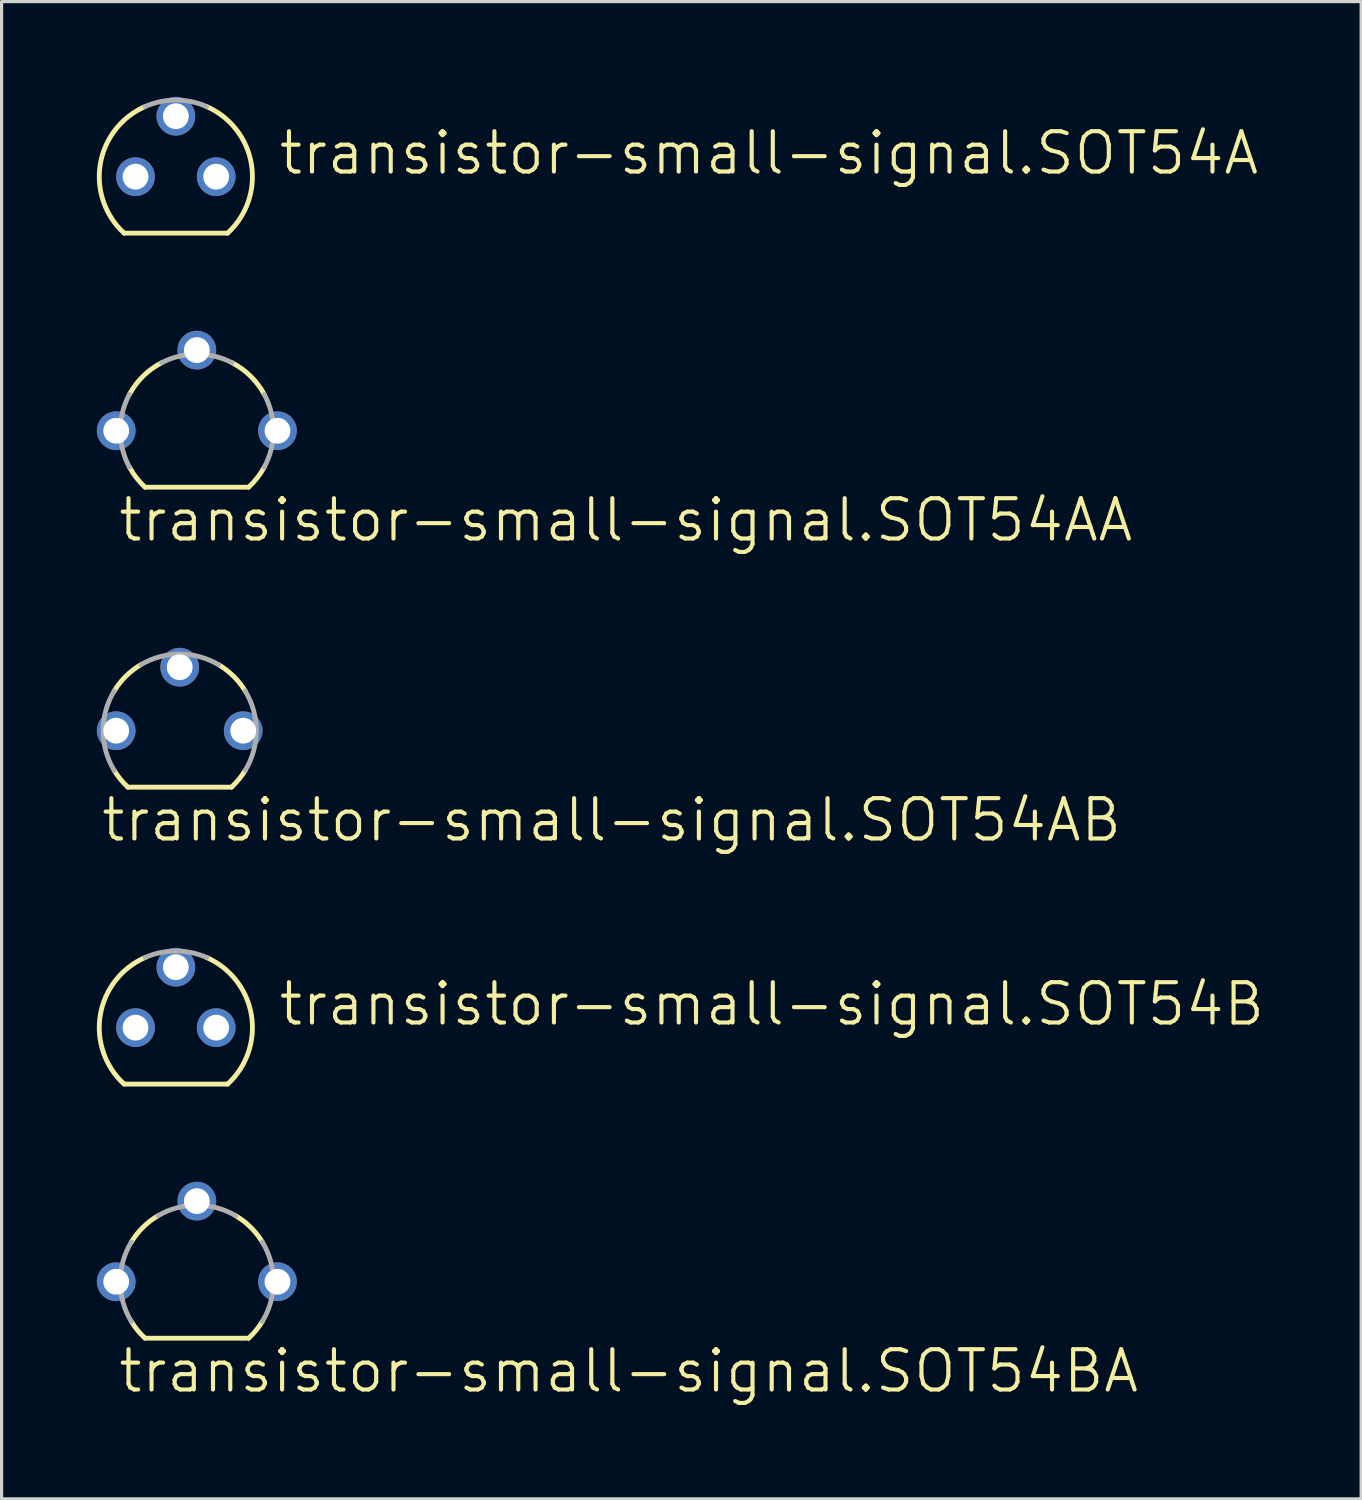
<source format=kicad_pcb>
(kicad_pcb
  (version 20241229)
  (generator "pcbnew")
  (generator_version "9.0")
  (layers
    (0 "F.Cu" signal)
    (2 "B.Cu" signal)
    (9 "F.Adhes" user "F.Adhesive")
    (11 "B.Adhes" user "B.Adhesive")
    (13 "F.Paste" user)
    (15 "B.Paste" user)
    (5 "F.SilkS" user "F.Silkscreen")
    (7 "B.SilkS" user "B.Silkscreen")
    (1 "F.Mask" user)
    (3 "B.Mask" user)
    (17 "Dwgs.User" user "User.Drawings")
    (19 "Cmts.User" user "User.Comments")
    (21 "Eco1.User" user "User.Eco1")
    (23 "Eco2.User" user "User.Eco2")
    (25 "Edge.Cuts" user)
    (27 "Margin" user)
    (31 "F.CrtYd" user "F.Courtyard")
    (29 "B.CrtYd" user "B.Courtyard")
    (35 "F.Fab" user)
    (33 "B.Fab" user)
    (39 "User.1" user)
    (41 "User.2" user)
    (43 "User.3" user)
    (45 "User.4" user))
  (footprint "transistor-small-signal.SOT54AB"
    (layer "F.Cu")
    (at 2.61 19.966)
    (property "Reference" "transistor-small-signal.SOT54AB" (at -2.54 3.556 0) (layer "F.SilkS") (effects (font (size 1.27 1.27) (thickness 0.13)) (justify left bottom)))
    (attr through_hole)
    (fp_line (start -1.631 1.778) (end 1.631 1.778) (stroke (width 0.152) (type default)) (layer "F.SilkS"))
    (fp_arc (start -2.0638 -1.2504) (mid -1.695865 -1.716597) (end -1.2252 -2.0788) (stroke (width 0.1524) (type default)) (layer "F.SilkS"))
    (fp_arc (start -1.6313 1.7781) (mid -1.866295 1.529613) (end -2.0638 1.2504) (stroke (width 0.1524) (type default)) (layer "F.SilkS"))
    (fp_arc (start 1.2252 -2.0788) (mid 1.695865 -1.716597) (end 2.0638 -1.2504) (stroke (width 0.1524) (type default)) (layer "F.SilkS"))
    (fp_arc (start 2.0634 1.2504) (mid 1.865939 1.529557) (end 1.631 1.778) (stroke (width 0.1524) (type default)) (layer "F.SilkS"))
    (fp_arc (start -2.0638 1.2504) (mid -2.413042 0) (end -2.0638 -1.2504) (stroke (width 0.1524) (type default)) (layer "F.Fab"))
    (fp_arc (start -1.2252 -2.0788) (mid 0 -2.412991) (end 1.2252 -2.0788) (stroke (width 0.1524) (type default)) (layer "F.Fab"))
    (fp_arc (start 2.0638 -1.2504) (mid 2.413042 0) (end 2.0638 1.2504) (stroke (width 0.1524) (type default)) (layer "F.Fab"))
    (pad "B" thru_hole circle (at 0 -2) (size 1.219 1.219) (drill 0.813) (layers "*.Cu" "*.Mask"))
    (pad "C" thru_hole circle (at -2 0) (size 1.219 1.219) (drill 0.813) (layers "*.Cu" "*.Mask"))
    (pad "E" thru_hole circle (at 2 0) (size 1.219 1.219) (drill 0.813) (layers "*.Cu" "*.Mask")))
  (footprint "transistor-small-signal.SOT54AA"
    (layer "F.Cu")
    (at 3.15 10.518)
    (property "Reference" "transistor-small-signal.SOT54AA" (at -2.54 3.556 0) (layer "F.SilkS") (effects (font (size 1.27 1.27) (thickness 0.13)) (justify left bottom)))
    (attr through_hole)
    (fp_line (start -1.631 1.778) (end 1.631 1.778) (stroke (width 0.152) (type default)) (layer "F.SilkS"))
    (fp_arc (start -2.1254 -1.1425) (mid -1.693417 -1.719006) (end -1.1105 -2.1423) (stroke (width 0.1524) (type default)) (layer "F.SilkS"))
    (fp_arc (start -1.631 1.778) (mid -1.904736 1.480999) (end -2.1251 1.1425) (stroke (width 0.1524) (type default)) (layer "F.SilkS"))
    (fp_arc (start 1.1105 -2.1423) (mid 1.693417 -1.719006) (end 2.1254 -1.1425) (stroke (width 0.1524) (type default)) (layer "F.SilkS"))
    (fp_arc (start 2.1251 1.1425) (mid 1.904736 1.480999) (end 1.631 1.778) (stroke (width 0.1524) (type default)) (layer "F.SilkS"))
    (fp_arc (start -2.1254 1.1425) (mid -2.413013 0) (end -2.1254 -1.1425) (stroke (width 0.1524) (type default)) (layer "F.Fab"))
    (fp_arc (start -1.1105 -2.1423) (mid 0 -2.413019) (end 1.1105 -2.1423) (stroke (width 0.1524) (type default)) (layer "F.Fab"))
    (fp_arc (start 2.1254 -1.1425) (mid 2.413013 0) (end 2.1254 1.1425) (stroke (width 0.1524) (type default)) (layer "F.Fab"))
    (pad "B" thru_hole circle (at 0 -2.54) (size 1.219 1.219) (drill 0.813) (layers "*.Cu" "*.Mask"))
    (pad "C" thru_hole circle (at -2.54 0) (size 1.219 1.219) (drill 0.813) (layers "*.Cu" "*.Mask"))
    (pad "E" thru_hole circle (at 2.54 0) (size 1.219 1.219) (drill 0.813) (layers "*.Cu" "*.Mask")))
  (footprint "transistor-small-signal.SOT54B"
    (layer "F.Cu")
    (at 2.489 29.319)
    (property "Reference" "transistor-small-signal.SOT54B" (at 3.175 0 0) (layer "F.SilkS") (effects (font (size 1.27 1.27) (thickness 0.13)) (justify left bottom)))
    (attr through_hole)
    (fp_line (start -1.631 1.778) (end 1.631 1.778) (stroke (width 0.152) (type default)) (layer "F.SilkS"))
    (fp_arc (start -1.631 1.778) (mid -2.380095 -0.395238) (end -0.9689 -2.2098) (stroke (width 0.1524) (type default)) (layer "F.SilkS"))
    (fp_arc (start 0.9689 -2.2098) (mid 2.380095 -0.395238) (end 1.631 1.778) (stroke (width 0.1524) (type default)) (layer "F.SilkS"))
    (fp_arc (start -0.9692 -2.2098) (mid 0 -2.412999) (end 0.9692 -2.2098) (stroke (width 0.1524) (type default)) (layer "F.Fab"))
    (pad "B" thru_hole circle (at 1.27 0) (size 1.219 1.219) (drill 0.813) (layers "*.Cu" "*.Mask"))
    (pad "C" thru_hole circle (at -1.27 0) (size 1.219 1.219) (drill 0.813) (layers "*.Cu" "*.Mask"))
    (pad "E" thru_hole circle (at 0 -1.905) (size 1.219 1.219) (drill 0.813) (layers "*.Cu" "*.Mask")))
  (footprint "transistor-small-signal.SOT54BA"
    (layer "F.Cu")
    (at 3.15 37.323)
    (property "Reference" "transistor-small-signal.SOT54BA" (at -2.54 3.556 0) (layer "F.SilkS") (effects (font (size 1.27 1.27) (thickness 0.13)) (justify left bottom)))
    (attr through_hole)
    (fp_line (start -1.631 1.778) (end 1.631 1.778) (stroke (width 0.152) (type default)) (layer "F.SilkS"))
    (fp_arc (start -2.0638 -1.2504) (mid -1.695865 -1.716597) (end -1.2252 -2.0788) (stroke (width 0.1524) (type default)) (layer "F.SilkS"))
    (fp_arc (start -1.6313 1.7781) (mid -1.866295 1.529613) (end -2.0638 1.2504) (stroke (width 0.1524) (type default)) (layer "F.SilkS"))
    (fp_arc (start 1.2252 -2.0788) (mid 1.695865 -1.716597) (end 2.0638 -1.2504) (stroke (width 0.1524) (type default)) (layer "F.SilkS"))
    (fp_arc (start 2.0634 1.2504) (mid 1.865939 1.529557) (end 1.631 1.778) (stroke (width 0.1524) (type default)) (layer "F.SilkS"))
    (fp_arc (start -2.0638 1.2504) (mid -2.413042 0) (end -2.0638 -1.2504) (stroke (width 0.1524) (type default)) (layer "F.Fab"))
    (fp_arc (start -1.2252 -2.0788) (mid 0 -2.412991) (end 1.2252 -2.0788) (stroke (width 0.1524) (type default)) (layer "F.Fab"))
    (fp_arc (start 2.0638 -1.2504) (mid 2.413042 0) (end 2.0638 1.2504) (stroke (width 0.1524) (type default)) (layer "F.Fab"))
    (pad "B" thru_hole circle (at 2.54 0) (size 1.219 1.219) (drill 0.813) (layers "*.Cu" "*.Mask"))
    (pad "C" thru_hole circle (at -2.54 0) (size 1.219 1.219) (drill 0.813) (layers "*.Cu" "*.Mask"))
    (pad "E" thru_hole circle (at 0 -2.54) (size 1.219 1.219) (drill 0.813) (layers "*.Cu" "*.Mask")))
  (footprint "transistor-small-signal.SOT54A"
    (layer "F.Cu")
    (at 2.489 2.515)
    (property "Reference" "transistor-small-signal.SOT54A" (at 3.175 0 0) (layer "F.SilkS") (effects (font (size 1.27 1.27) (thickness 0.13)) (justify left bottom)))
    (attr through_hole)
    (fp_line (start -1.631 1.778) (end 1.631 1.778) (stroke (width 0.152) (type default)) (layer "F.SilkS"))
    (fp_arc (start -1.631 1.778) (mid -2.380095 -0.395238) (end -0.9689 -2.2098) (stroke (width 0.1524) (type default)) (layer "F.SilkS"))
    (fp_arc (start 0.9689 -2.2098) (mid 2.380095 -0.395238) (end 1.631 1.778) (stroke (width 0.1524) (type default)) (layer "F.SilkS"))
    (fp_arc (start -0.9692 -2.2098) (mid 0 -2.412999) (end 0.9692 -2.2098) (stroke (width 0.1524) (type default)) (layer "F.Fab"))
    (pad "B" thru_hole circle (at 0 -1.905) (size 1.219 1.219) (drill 0.813) (layers "*.Cu" "*.Mask"))
    (pad "C" thru_hole circle (at -1.27 0) (size 1.219 1.219) (drill 0.813) (layers "*.Cu" "*.Mask"))
    (pad "E" thru_hole circle (at 1.27 0) (size 1.219 1.219) (drill 0.813) (layers "*.Cu" "*.Mask")))
  (gr_rect
    (start -3 -3)
    (end 39.824 44.161)
    (stroke (width 0.1) (type default))
    (fill no)
    (layer "Edge.Cuts")))
</source>
